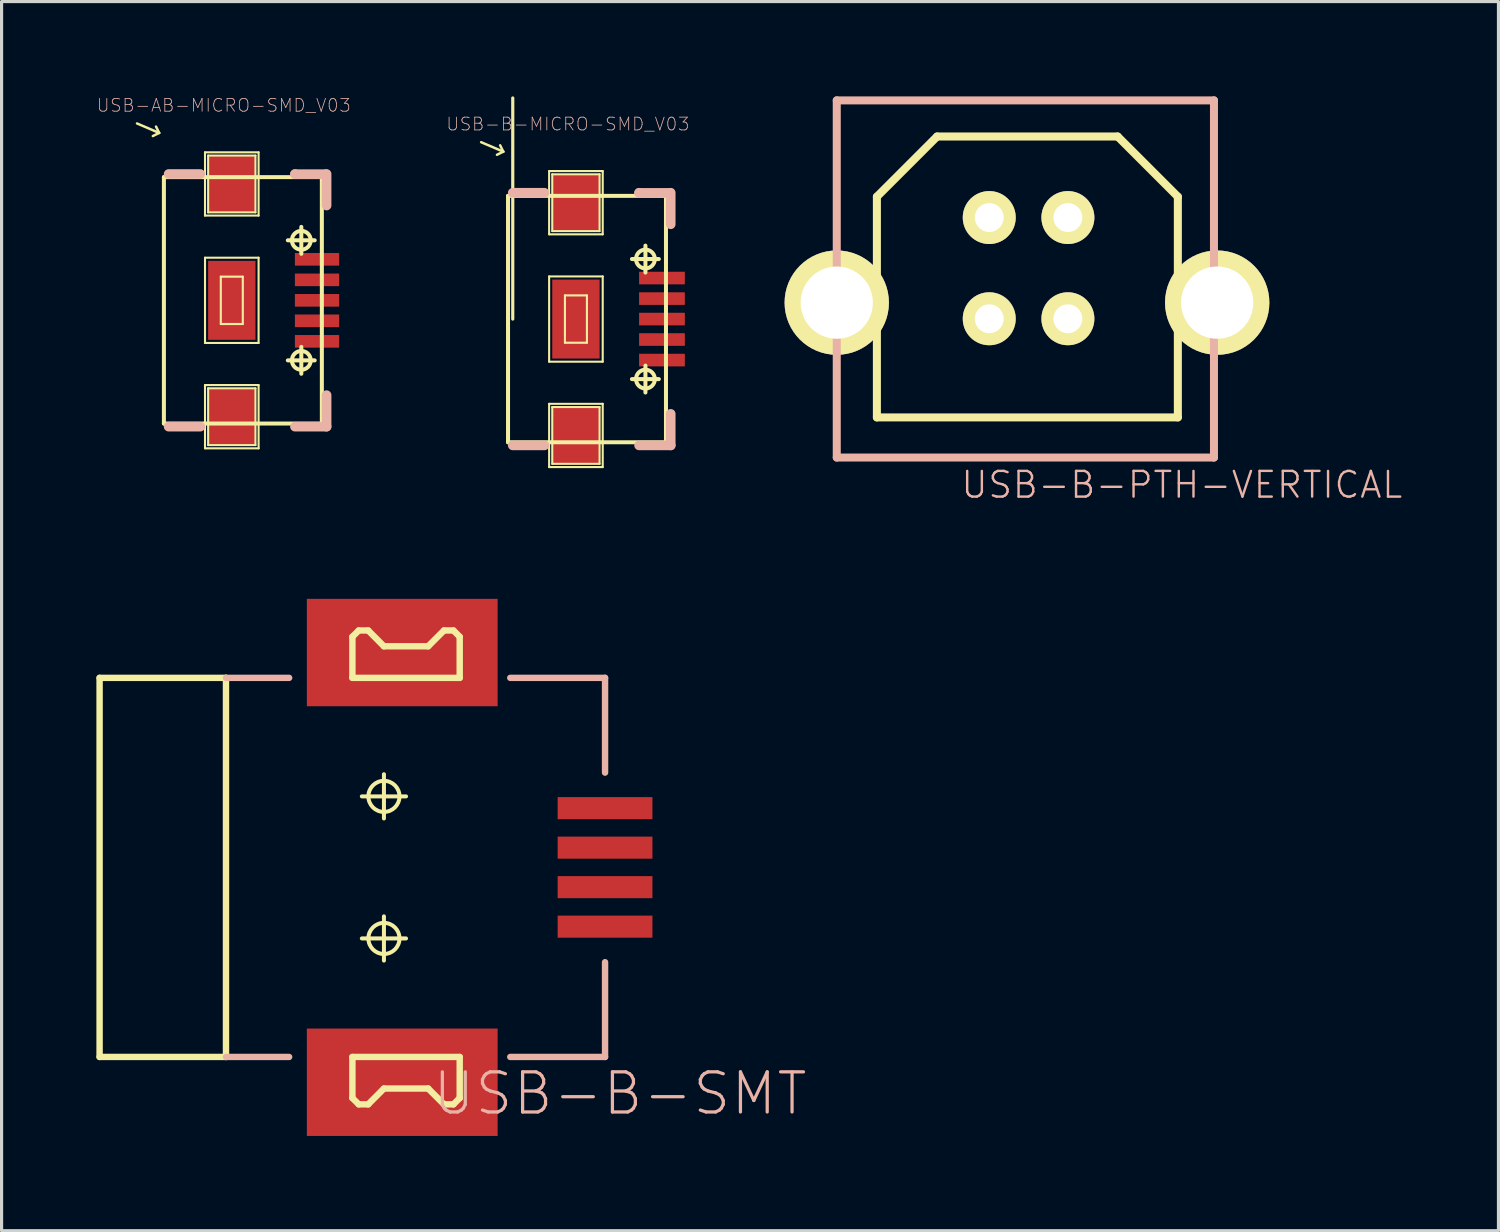
<source format=kicad_pcb>
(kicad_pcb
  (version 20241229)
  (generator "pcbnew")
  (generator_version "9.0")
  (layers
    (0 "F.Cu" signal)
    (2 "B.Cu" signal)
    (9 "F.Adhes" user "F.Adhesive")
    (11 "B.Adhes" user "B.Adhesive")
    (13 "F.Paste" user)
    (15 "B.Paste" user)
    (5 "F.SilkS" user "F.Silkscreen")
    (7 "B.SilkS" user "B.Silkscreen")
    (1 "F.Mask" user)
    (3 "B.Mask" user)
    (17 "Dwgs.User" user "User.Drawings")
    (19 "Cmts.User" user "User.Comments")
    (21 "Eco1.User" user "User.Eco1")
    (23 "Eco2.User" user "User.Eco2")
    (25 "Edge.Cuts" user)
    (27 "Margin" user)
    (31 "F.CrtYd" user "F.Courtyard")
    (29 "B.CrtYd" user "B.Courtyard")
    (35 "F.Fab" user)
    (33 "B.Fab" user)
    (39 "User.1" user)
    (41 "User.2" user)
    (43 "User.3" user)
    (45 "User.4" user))
  (footprint "USB-B-SMT"
    (layer "F.Cu")
    (at 9.101 24.402)
    (property "Reference" "USB-B-SMT" (at 7.473 7.158 0) (layer "B.SilkS") (effects (font (size 1.27 1.27) (thickness 0.102))))
    (attr smd)
    (fp_line (start -8.999 -5.999) (end -8.999 5.999) (stroke (width 0.203) (type solid)) (layer "F.SilkS"))
    (fp_line (start -8.999 5.999) (end -4.999 5.999) (stroke (width 0.203) (type solid)) (layer "F.SilkS"))
    (fp_line (start -4.999 -5.999) (end -8.999 -5.999) (stroke (width 0.203) (type solid)) (layer "F.SilkS"))
    (fp_line (start -4.999 -5.999) (end -4.999 5.999) (stroke (width 0.203) (type solid)) (layer "F.SilkS"))
    (fp_line (start -0.998 -7.3) (end -0.798 -7.498) (stroke (width 0.203) (type solid)) (layer "F.SilkS"))
    (fp_line (start -0.998 -5.999) (end -0.998 -7.3) (stroke (width 0.203) (type solid)) (layer "F.SilkS"))
    (fp_line (start -0.998 5.999) (end -0.998 7.3) (stroke (width 0.203) (type solid)) (layer "F.SilkS"))
    (fp_line (start -0.998 5.999) (end 2.398 5.999) (stroke (width 0.203) (type solid)) (layer "F.SilkS"))
    (fp_line (start -0.998 7.3) (end -0.798 7.498) (stroke (width 0.203) (type solid)) (layer "F.SilkS"))
    (fp_line (start -0.798 -7.498) (end -0.498 -7.498) (stroke (width 0.203) (type solid)) (layer "F.SilkS"))
    (fp_line (start -0.798 7.498) (end -0.498 7.498) (stroke (width 0.203) (type solid)) (layer "F.SilkS"))
    (fp_line (start -0.699 -2.248) (end 0.699 -2.248) (stroke (width 0.127) (type solid)) (layer "F.SilkS"))
    (fp_line (start -0.699 2.248) (end 0.699 2.248) (stroke (width 0.127) (type solid)) (layer "F.SilkS"))
    (fp_line (start -0.498 -7.498) (end 0 -6.998) (stroke (width 0.203) (type solid)) (layer "F.SilkS"))
    (fp_line (start -0.498 7.498) (end 0 6.998) (stroke (width 0.203) (type solid)) (layer "F.SilkS"))
    (fp_line (start 0 -6.998) (end 1.4 -6.998) (stroke (width 0.203) (type solid)) (layer "F.SilkS"))
    (fp_line (start 0 -1.549) (end 0 -2.949) (stroke (width 0.127) (type solid)) (layer "F.SilkS"))
    (fp_line (start 0 2.949) (end 0 1.549) (stroke (width 0.127) (type solid)) (layer "F.SilkS"))
    (fp_line (start 1.4 6.998) (end 0 6.998) (stroke (width 0.203) (type solid)) (layer "F.SilkS"))
    (fp_line (start 1.9 -7.498) (end 1.4 -6.998) (stroke (width 0.203) (type solid)) (layer "F.SilkS"))
    (fp_line (start 1.9 7.498) (end 1.4 6.998) (stroke (width 0.203) (type solid)) (layer "F.SilkS"))
    (fp_line (start 2.2 -7.498) (end 1.9 -7.498) (stroke (width 0.203) (type solid)) (layer "F.SilkS"))
    (fp_line (start 2.2 7.498) (end 1.9 7.498) (stroke (width 0.203) (type solid)) (layer "F.SilkS"))
    (fp_line (start 2.2 7.498) (end 2.398 7.3) (stroke (width 0.203) (type solid)) (layer "F.SilkS"))
    (fp_line (start 2.398 -7.3) (end 2.2 -7.498) (stroke (width 0.203) (type solid)) (layer "F.SilkS"))
    (fp_line (start 2.398 -5.999) (end -0.998 -5.999) (stroke (width 0.203) (type solid)) (layer "F.SilkS"))
    (fp_line (start 2.398 -5.999) (end 2.398 -7.3) (stroke (width 0.203) (type solid)) (layer "F.SilkS"))
    (fp_line (start 2.398 5.999) (end 2.398 7.3) (stroke (width 0.203) (type solid)) (layer "F.SilkS"))
    (fp_circle (center 0 -2.248) (end -0.348 -2.596) (stroke (width 0.127) (type solid)) (fill no) (layer "F.SilkS"))
    (fp_circle (center 0 2.248) (end -0.348 2.596) (stroke (width 0.127) (type solid)) (fill no) (layer "F.SilkS"))
    (fp_line (start -4.999 -5.999) (end -3 -5.999) (stroke (width 0.203) (type solid)) (layer "B.SilkS"))
    (fp_line (start -4.999 5.999) (end -3 5.999) (stroke (width 0.203) (type solid)) (layer "B.SilkS"))
    (fp_line (start 3.998 5.999) (end 6.998 5.999) (stroke (width 0.203) (type solid)) (layer "B.SilkS"))
    (fp_line (start 6.998 -5.999) (end 3.998 -5.999) (stroke (width 0.203) (type solid)) (layer "B.SilkS"))
    (fp_line (start 6.998 -3) (end 6.998 -5.999) (stroke (width 0.203) (type solid)) (layer "B.SilkS"))
    (fp_line (start 6.998 5.999) (end 6.998 3) (stroke (width 0.203) (type solid)) (layer "B.SilkS"))
    (pad "5" smd rect (at 0.579 -6.8) (size 6.038 3.399) (layers "F.Cu" "F.Mask" "F.Paste"))
    (pad "6" smd rect (at 0.579 6.8) (size 6.038 3.399) (layers "F.Cu" "F.Mask" "F.Paste"))
    (pad "D+" smd rect (at 6.998 -1.875) (size 3 0.699) (layers "F.Cu" "F.Mask" "F.Paste"))
    (pad "D-" smd rect (at 6.998 -0.625) (size 3 0.699) (layers "F.Cu" "F.Mask" "F.Paste"))
    (pad "GND" smd rect (at 6.998 0.625) (size 3 0.699) (layers "F.Cu" "F.Mask" "F.Paste"))
    (pad "VUSB" smd rect (at 6.998 1.875) (size 3 0.699) (layers "F.Cu" "F.Mask" "F.Paste")))
  (footprint "USB-B-MICRO-SMD_V03"
    (layer "F.Cu")
    (at 15.177 7.048)
    (property "Reference" "USB-B-MICRO-SMD_V03" (at -0.254 -6.172 0) (layer "B.SilkS") (effects (font (size 0.406 0.406) (thickness 0.025))))
    (attr smd)
    (fp_line (start -3 -5.598) (end -2.299 -5.298) (stroke (width 0.079) (type solid)) (layer "F.SilkS"))
    (fp_line (start -2.299 -5.298) (end -2.499 -5.199) (stroke (width 0.079) (type solid)) (layer "F.SilkS"))
    (fp_line (start -2.299 -5.298) (end -2.398 -5.499) (stroke (width 0.079) (type solid)) (layer "F.SilkS"))
    (fp_line (start -2.149 -3.899) (end -2.149 3.899) (stroke (width 0.127) (type solid)) (layer "F.SilkS"))
    (fp_line (start -1.999 -6.998) (end -1.999 0) (stroke (width 0.1) (type solid)) (layer "F.SilkS"))
    (fp_line (start -0.848 -4.684) (end 0.848 -4.684) (stroke (width 0.066) (type solid)) (layer "F.SilkS"))
    (fp_line (start -0.848 -2.682) (end -0.848 -4.684) (stroke (width 0.066) (type solid)) (layer "F.SilkS"))
    (fp_line (start -0.848 -2.682) (end 0.848 -2.682) (stroke (width 0.066) (type solid)) (layer "F.SilkS"))
    (fp_line (start -0.848 -1.349) (end 0.848 -1.349) (stroke (width 0.066) (type solid)) (layer "F.SilkS"))
    (fp_line (start -0.848 1.349) (end -0.848 -1.349) (stroke (width 0.066) (type solid)) (layer "F.SilkS"))
    (fp_line (start -0.848 1.349) (end 0.848 1.349) (stroke (width 0.066) (type solid)) (layer "F.SilkS"))
    (fp_line (start -0.848 2.682) (end 0.848 2.682) (stroke (width 0.066) (type solid)) (layer "F.SilkS"))
    (fp_line (start -0.848 4.684) (end -0.848 2.682) (stroke (width 0.066) (type solid)) (layer "F.SilkS"))
    (fp_line (start -0.848 4.684) (end 0.848 4.684) (stroke (width 0.066) (type solid)) (layer "F.SilkS"))
    (fp_line (start -0.749 -4.582) (end 0.749 -4.582) (stroke (width 0.066) (type solid)) (layer "F.SilkS"))
    (fp_line (start -0.749 -2.784) (end -0.749 -4.582) (stroke (width 0.066) (type solid)) (layer "F.SilkS"))
    (fp_line (start -0.749 -2.784) (end 0.749 -2.784) (stroke (width 0.066) (type solid)) (layer "F.SilkS"))
    (fp_line (start -0.749 2.784) (end 0.749 2.784) (stroke (width 0.066) (type solid)) (layer "F.SilkS"))
    (fp_line (start -0.749 4.582) (end -0.749 2.784) (stroke (width 0.066) (type solid)) (layer "F.SilkS"))
    (fp_line (start -0.749 4.582) (end 0.749 4.582) (stroke (width 0.066) (type solid)) (layer "F.SilkS"))
    (fp_line (start -0.348 -0.749) (end 0.348 -0.749) (stroke (width 0.066) (type solid)) (layer "F.SilkS"))
    (fp_line (start -0.348 0.749) (end -0.348 -0.749) (stroke (width 0.066) (type solid)) (layer "F.SilkS"))
    (fp_line (start -0.348 0.749) (end 0.348 0.749) (stroke (width 0.066) (type solid)) (layer "F.SilkS"))
    (fp_line (start 0.348 0.749) (end 0.348 -0.749) (stroke (width 0.066) (type solid)) (layer "F.SilkS"))
    (fp_line (start 0.749 -2.784) (end 0.749 -4.582) (stroke (width 0.066) (type solid)) (layer "F.SilkS"))
    (fp_line (start 0.749 4.582) (end 0.749 2.784) (stroke (width 0.066) (type solid)) (layer "F.SilkS"))
    (fp_line (start 0.848 -2.682) (end 0.848 -4.684) (stroke (width 0.066) (type solid)) (layer "F.SilkS"))
    (fp_line (start 0.848 1.349) (end 0.848 -1.349) (stroke (width 0.066) (type solid)) (layer "F.SilkS"))
    (fp_line (start 0.848 4.684) (end 0.848 2.682) (stroke (width 0.066) (type solid)) (layer "F.SilkS"))
    (fp_line (start 1.773 -1.9) (end 2.624 -1.9) (stroke (width 0.127) (type solid)) (layer "F.SilkS"))
    (fp_line (start 1.773 1.9) (end 2.624 1.9) (stroke (width 0.127) (type solid)) (layer "F.SilkS"))
    (fp_line (start 2.2 -1.473) (end 2.2 -2.324) (stroke (width 0.127) (type solid)) (layer "F.SilkS"))
    (fp_line (start 2.2 2.324) (end 2.2 1.473) (stroke (width 0.127) (type solid)) (layer "F.SilkS"))
    (fp_line (start 2.85 -3.899) (end -2.149 -3.899) (stroke (width 0.127) (type solid)) (layer "F.SilkS"))
    (fp_line (start 2.85 -3.899) (end 2.85 3.899) (stroke (width 0.127) (type solid)) (layer "F.SilkS"))
    (fp_line (start 2.85 3.899) (end -2.149 3.899) (stroke (width 0.127) (type solid)) (layer "F.SilkS"))
    (fp_circle (center 2.2 -1.9) (end 2.41 -2.111) (stroke (width 0.127) (type solid)) (fill no) (layer "F.SilkS"))
    (fp_circle (center 2.2 1.9) (end 2.41 2.111) (stroke (width 0.127) (type solid)) (fill no) (layer "F.SilkS"))
    (fp_line (start -0.998 -3.998) (end -1.999 -3.998) (stroke (width 0.305) (type solid)) (layer "B.SilkS"))
    (fp_line (start -0.998 3.998) (end -1.999 3.998) (stroke (width 0.305) (type solid)) (layer "B.SilkS"))
    (fp_line (start 1.999 -3.993) (end 1.999 -3.998) (stroke (width 0.305) (type solid)) (layer "B.SilkS"))
    (fp_line (start 1.999 3.998) (end 3 3.998) (stroke (width 0.305) (type solid)) (layer "B.SilkS"))
    (fp_line (start 2.979 -3.993) (end 1.999 -3.993) (stroke (width 0.305) (type solid)) (layer "B.SilkS"))
    (fp_line (start 3 -3.998) (end 3 -3) (stroke (width 0.305) (type solid)) (layer "B.SilkS"))
    (fp_line (start 3 3.998) (end 3 3) (stroke (width 0.305) (type solid)) (layer "B.SilkS"))
    (pad "D+" smd rect (at 2.723 0 90) (size 0.399 1.448) (layers "F.Cu" "F.Mask" "F.Paste"))
    (pad "D-" smd rect (at 2.723 -0.648 90) (size 0.399 1.448) (layers "F.Cu" "F.Mask" "F.Paste"))
    (pad "GND" smd rect (at 2.723 1.298 90) (size 0.399 1.448) (layers "F.Cu" "F.Mask" "F.Paste"))
    (pad "ID" smd rect (at 2.723 0.648 90) (size 0.399 1.448) (layers "F.Cu" "F.Mask" "F.Paste"))
    (pad "SHIE" smd rect (at 0 -3.683 90) (size 1.798 1.499) (layers "F.Cu" "F.Mask" "F.Paste"))
    (pad "SHIE" smd rect (at 0 0 90) (size 2.499 1.499) (layers "F.Cu" "F.Mask" "F.Paste"))
    (pad "SHIE" smd rect (at 0 3.683 90) (size 1.798 1.499) (layers "F.Cu" "F.Mask" "F.Paste"))
    (pad "VBUS" smd rect (at 2.723 -1.298 90) (size 0.399 1.448) (layers "F.Cu" "F.Mask" "F.Paste")))
  (footprint "USB-B-PTH-VERTICAL"
    (layer "F.Cu")
    (at 23.432 11.43)
    (property "Reference" "USB-B-PTH-VERTICAL" (at 10.922 0.864 0) (layer "B.SilkS") (effects (font (size 0.813 0.813) (thickness 0.076))))
    (attr exclude_from_pos_files exclude_from_bom)
    (fp_line (start 1.27 -8.255) (end 1.27 -1.27) (stroke (width 0.254) (type solid)) (layer "F.SilkS"))
    (fp_line (start 1.27 -1.27) (end 10.795 -1.27) (stroke (width 0.254) (type solid)) (layer "F.SilkS"))
    (fp_line (start 3.175 -10.16) (end 1.27 -8.255) (stroke (width 0.254) (type solid)) (layer "F.SilkS"))
    (fp_line (start 8.89 -10.16) (end 3.175 -10.16) (stroke (width 0.254) (type solid)) (layer "F.SilkS"))
    (fp_line (start 10.795 -8.255) (end 8.89 -10.16) (stroke (width 0.254) (type solid)) (layer "F.SilkS"))
    (fp_line (start 10.795 -1.27) (end 10.795 -8.255) (stroke (width 0.254) (type solid)) (layer "F.SilkS"))
    (fp_line (start 0 -11.303) (end 0 0) (stroke (width 0.254) (type solid)) (layer "B.SilkS"))
    (fp_line (start 0 0) (end 11.938 0) (stroke (width 0.254) (type solid)) (layer "B.SilkS"))
    (fp_line (start 11.938 -11.303) (end 0 -11.303) (stroke (width 0.254) (type solid)) (layer "B.SilkS"))
    (fp_line (start 11.938 0) (end 11.938 -11.303) (stroke (width 0.254) (type solid)) (layer "B.SilkS"))
    (pad "D+" thru_hole circle (at 4.826 -4.392) (size 1.676 1.676) (drill 0.914) (layers "*.Cu" "F.Mask" "F.SilkS" "F.Paste"))
    (pad "D-" thru_hole circle (at 4.826 -7.595) (size 1.676 1.676) (drill 0.914) (layers "*.Cu" "F.Mask" "F.SilkS" "F.Paste"))
    (pad "GND" thru_hole circle (at 7.315 -4.392) (size 1.676 1.676) (drill 0.914) (layers "*.Cu" "F.Mask" "F.SilkS" "F.Paste"))
    (pad "P$1" thru_hole circle (at 0 -4.902) (size 3.302 3.302) (drill 2.286) (layers "*.Cu" "F.Mask" "F.SilkS" "F.Paste"))
    (pad "P$2" thru_hole circle (at 12.04 -4.902) (size 3.302 3.302) (drill 2.286) (layers "*.Cu" "F.Mask" "F.SilkS" "F.Paste"))
    (pad "VBUS" thru_hole circle (at 7.315 -7.595) (size 1.676 1.676) (drill 0.914) (layers "*.Cu" "F.Mask" "F.SilkS" "F.Paste")))
  (footprint "USB-AB-MICRO-SMD_V03"
    (layer "F.Cu")
    (at 4.286 6.455)
    (property "Reference" "USB-AB-MICRO-SMD_V03" (at -0.254 -6.172 0) (layer "B.SilkS") (effects (font (size 0.406 0.406) (thickness 0.025))))
    (attr smd)
    (fp_line (start -3 -5.598) (end -2.299 -5.298) (stroke (width 0.079) (type solid)) (layer "F.SilkS"))
    (fp_line (start -2.299 -5.298) (end -2.499 -5.199) (stroke (width 0.079) (type solid)) (layer "F.SilkS"))
    (fp_line (start -2.299 -5.298) (end -2.398 -5.499) (stroke (width 0.079) (type solid)) (layer "F.SilkS"))
    (fp_line (start -2.149 -3.899) (end -2.149 3.899) (stroke (width 0.127) (type solid)) (layer "F.SilkS"))
    (fp_line (start -0.848 -4.684) (end 0.848 -4.684) (stroke (width 0.066) (type solid)) (layer "F.SilkS"))
    (fp_line (start -0.848 -2.682) (end -0.848 -4.684) (stroke (width 0.066) (type solid)) (layer "F.SilkS"))
    (fp_line (start -0.848 -2.682) (end 0.848 -2.682) (stroke (width 0.066) (type solid)) (layer "F.SilkS"))
    (fp_line (start -0.848 -1.349) (end 0.848 -1.349) (stroke (width 0.066) (type solid)) (layer "F.SilkS"))
    (fp_line (start -0.848 1.349) (end -0.848 -1.349) (stroke (width 0.066) (type solid)) (layer "F.SilkS"))
    (fp_line (start -0.848 1.349) (end 0.848 1.349) (stroke (width 0.066) (type solid)) (layer "F.SilkS"))
    (fp_line (start -0.848 2.682) (end 0.848 2.682) (stroke (width 0.066) (type solid)) (layer "F.SilkS"))
    (fp_line (start -0.848 4.684) (end -0.848 2.682) (stroke (width 0.066) (type solid)) (layer "F.SilkS"))
    (fp_line (start -0.848 4.684) (end 0.848 4.684) (stroke (width 0.066) (type solid)) (layer "F.SilkS"))
    (fp_line (start -0.749 -4.582) (end 0.749 -4.582) (stroke (width 0.066) (type solid)) (layer "F.SilkS"))
    (fp_line (start -0.749 -2.784) (end -0.749 -4.582) (stroke (width 0.066) (type solid)) (layer "F.SilkS"))
    (fp_line (start -0.749 -2.784) (end 0.749 -2.784) (stroke (width 0.066) (type solid)) (layer "F.SilkS"))
    (fp_line (start -0.749 2.784) (end 0.749 2.784) (stroke (width 0.066) (type solid)) (layer "F.SilkS"))
    (fp_line (start -0.749 4.582) (end -0.749 2.784) (stroke (width 0.066) (type solid)) (layer "F.SilkS"))
    (fp_line (start -0.749 4.582) (end 0.749 4.582) (stroke (width 0.066) (type solid)) (layer "F.SilkS"))
    (fp_line (start -0.348 -0.749) (end 0.348 -0.749) (stroke (width 0.066) (type solid)) (layer "F.SilkS"))
    (fp_line (start -0.348 0.749) (end -0.348 -0.749) (stroke (width 0.066) (type solid)) (layer "F.SilkS"))
    (fp_line (start -0.348 0.749) (end 0.348 0.749) (stroke (width 0.066) (type solid)) (layer "F.SilkS"))
    (fp_line (start 0.348 0.749) (end 0.348 -0.749) (stroke (width 0.066) (type solid)) (layer "F.SilkS"))
    (fp_line (start 0.749 -2.784) (end 0.749 -4.582) (stroke (width 0.066) (type solid)) (layer "F.SilkS"))
    (fp_line (start 0.749 4.582) (end 0.749 2.784) (stroke (width 0.066) (type solid)) (layer "F.SilkS"))
    (fp_line (start 0.848 -2.682) (end 0.848 -4.684) (stroke (width 0.066) (type solid)) (layer "F.SilkS"))
    (fp_line (start 0.848 1.349) (end 0.848 -1.349) (stroke (width 0.066) (type solid)) (layer "F.SilkS"))
    (fp_line (start 0.848 4.684) (end 0.848 2.682) (stroke (width 0.066) (type solid)) (layer "F.SilkS"))
    (fp_line (start 1.773 -1.9) (end 2.624 -1.9) (stroke (width 0.127) (type solid)) (layer "F.SilkS"))
    (fp_line (start 1.773 1.9) (end 2.624 1.9) (stroke (width 0.127) (type solid)) (layer "F.SilkS"))
    (fp_line (start 2.2 -1.473) (end 2.2 -2.324) (stroke (width 0.127) (type solid)) (layer "F.SilkS"))
    (fp_line (start 2.2 2.324) (end 2.2 1.473) (stroke (width 0.127) (type solid)) (layer "F.SilkS"))
    (fp_line (start 2.85 -3.899) (end -2.149 -3.899) (stroke (width 0.127) (type solid)) (layer "F.SilkS"))
    (fp_line (start 2.85 -3.899) (end 2.85 3.899) (stroke (width 0.127) (type solid)) (layer "F.SilkS"))
    (fp_line (start 2.85 3.899) (end -2.149 3.899) (stroke (width 0.127) (type solid)) (layer "F.SilkS"))
    (fp_circle (center 2.2 -1.9) (end 2.41 -2.111) (stroke (width 0.127) (type solid)) (fill no) (layer "F.SilkS"))
    (fp_circle (center 2.2 1.9) (end 2.41 2.111) (stroke (width 0.127) (type solid)) (fill no) (layer "F.SilkS"))
    (fp_line (start -0.998 -3.998) (end -1.999 -3.998) (stroke (width 0.305) (type solid)) (layer "B.SilkS"))
    (fp_line (start -0.998 3.998) (end -1.999 3.998) (stroke (width 0.305) (type solid)) (layer "B.SilkS"))
    (fp_line (start 1.999 -3.993) (end 1.999 -3.998) (stroke (width 0.305) (type solid)) (layer "B.SilkS"))
    (fp_line (start 1.999 3.998) (end 3 3.998) (stroke (width 0.305) (type solid)) (layer "B.SilkS"))
    (fp_line (start 2.979 -3.993) (end 1.999 -3.993) (stroke (width 0.305) (type solid)) (layer "B.SilkS"))
    (fp_line (start 3 -3.998) (end 3 -3) (stroke (width 0.305) (type solid)) (layer "B.SilkS"))
    (fp_line (start 3 3.998) (end 3 3) (stroke (width 0.305) (type solid)) (layer "B.SilkS"))
    (pad "D+1" smd rect (at 2.697 0 90) (size 0.399 1.4) (layers "F.Cu" "F.Mask" "F.Paste"))
    (pad "D-1" smd rect (at 2.697 -0.648 90) (size 0.399 1.4) (layers "F.Cu" "F.Mask" "F.Paste"))
    (pad "GND1" smd rect (at 2.697 1.298 90) (size 0.399 1.4) (layers "F.Cu" "F.Mask" "F.Paste"))
    (pad "ID1" smd rect (at 2.697 0.648 90) (size 0.399 1.4) (layers "F.Cu" "F.Mask" "F.Paste"))
    (pad "SHIE" smd rect (at 0 -3.678) (size 1.499 1.798) (layers "F.Cu" "F.Mask" "F.Paste"))
    (pad "SHIE" smd rect (at 0 0) (size 1.499 2.499) (layers "F.Cu" "F.Mask" "F.Paste"))
    (pad "SHIE" smd rect (at 0 3.678) (size 1.499 1.798) (layers "F.Cu" "F.Mask" "F.Paste"))
    (pad "VBUS" smd rect (at 2.697 -1.298 90) (size 0.399 1.4) (layers "F.Cu" "F.Mask" "F.Paste")))
  (gr_rect
    (start -3 -3)
    (end 44.374 35.9)
    (stroke (width 0.1) (type default))
    (fill no)
    (layer "Edge.Cuts")))
</source>
